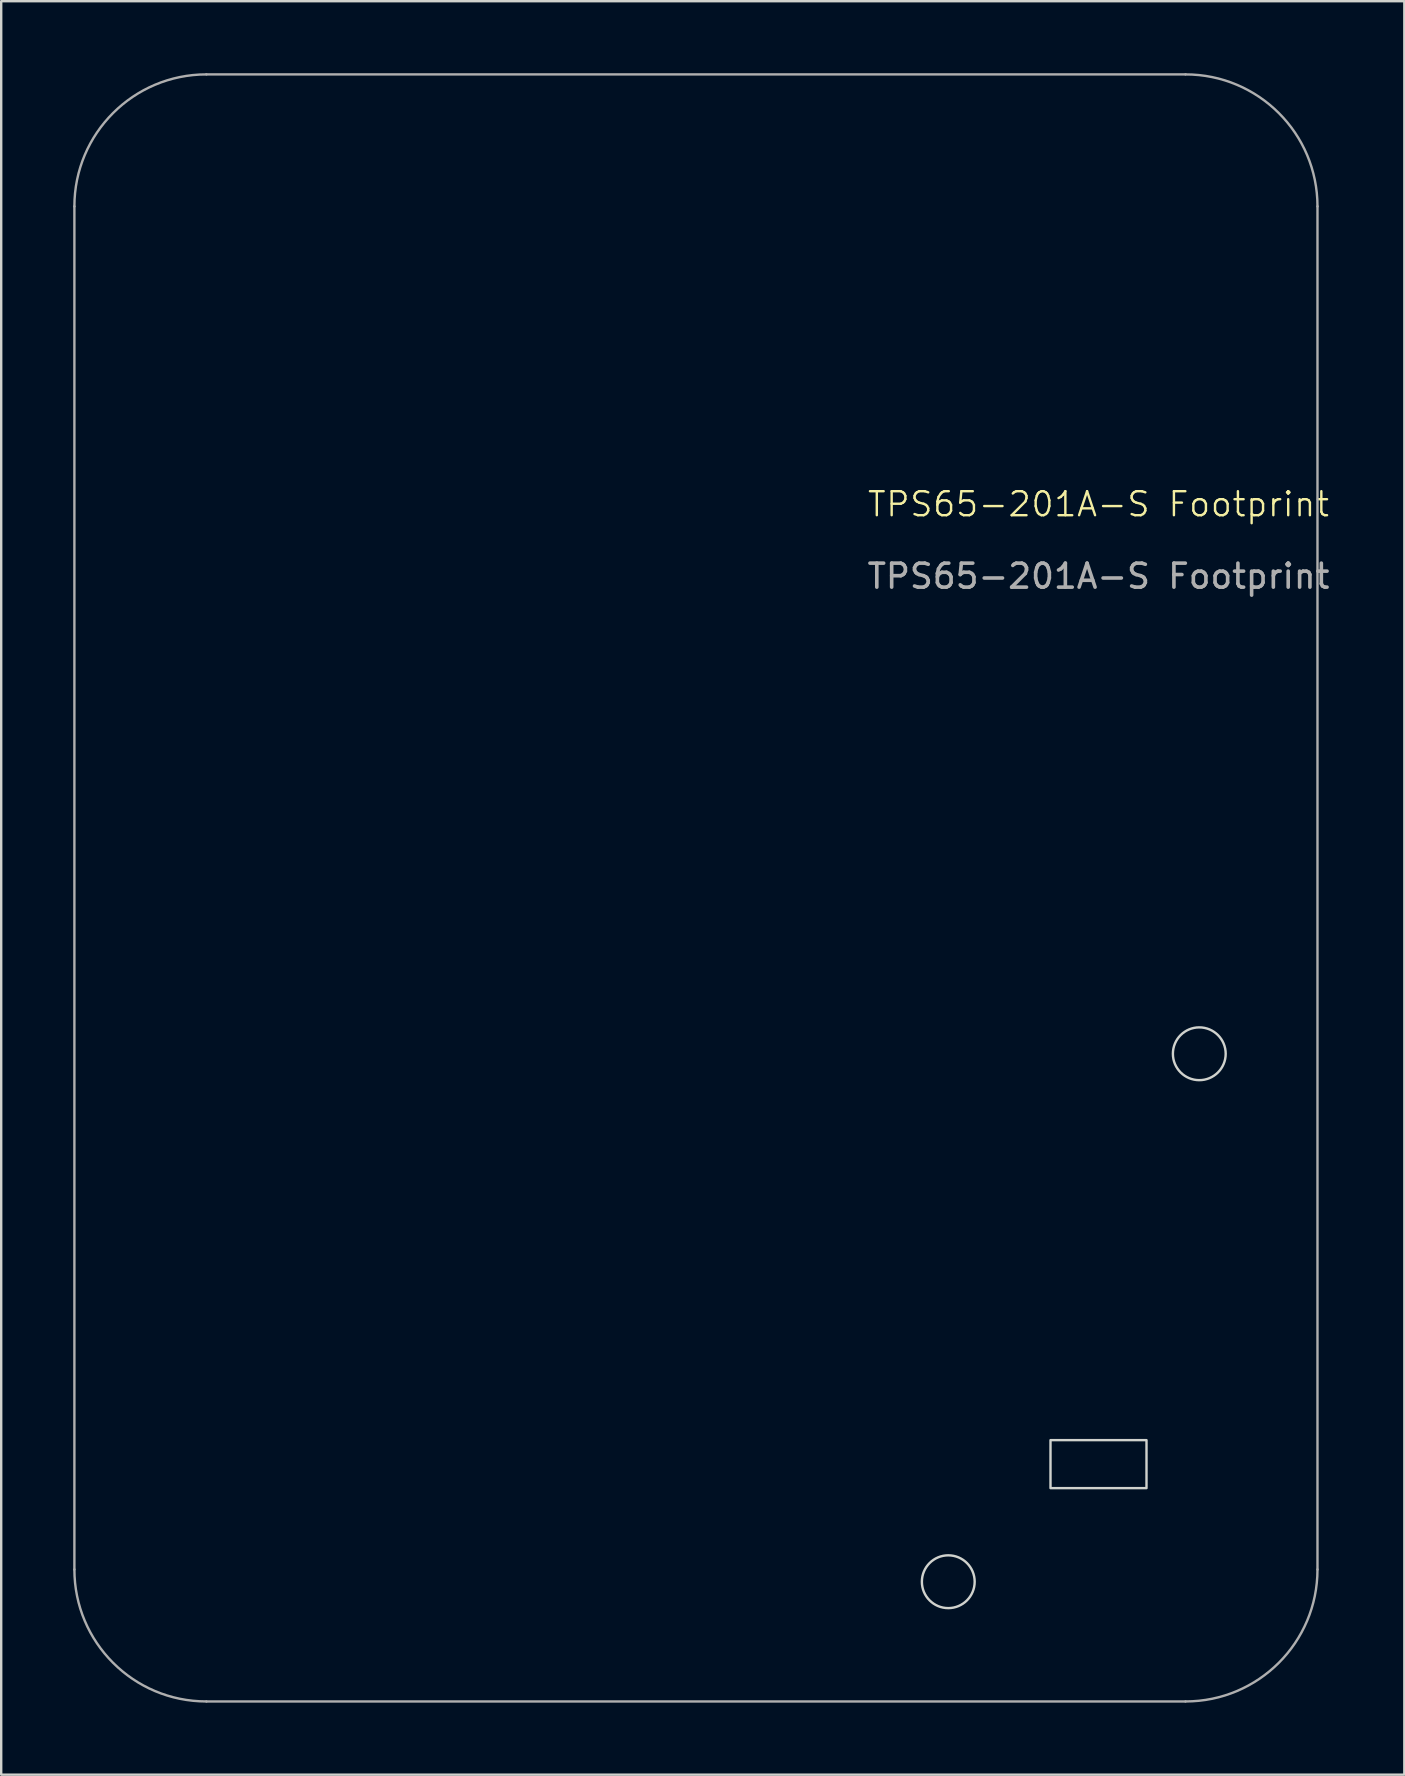
<source format=kicad_pcb>
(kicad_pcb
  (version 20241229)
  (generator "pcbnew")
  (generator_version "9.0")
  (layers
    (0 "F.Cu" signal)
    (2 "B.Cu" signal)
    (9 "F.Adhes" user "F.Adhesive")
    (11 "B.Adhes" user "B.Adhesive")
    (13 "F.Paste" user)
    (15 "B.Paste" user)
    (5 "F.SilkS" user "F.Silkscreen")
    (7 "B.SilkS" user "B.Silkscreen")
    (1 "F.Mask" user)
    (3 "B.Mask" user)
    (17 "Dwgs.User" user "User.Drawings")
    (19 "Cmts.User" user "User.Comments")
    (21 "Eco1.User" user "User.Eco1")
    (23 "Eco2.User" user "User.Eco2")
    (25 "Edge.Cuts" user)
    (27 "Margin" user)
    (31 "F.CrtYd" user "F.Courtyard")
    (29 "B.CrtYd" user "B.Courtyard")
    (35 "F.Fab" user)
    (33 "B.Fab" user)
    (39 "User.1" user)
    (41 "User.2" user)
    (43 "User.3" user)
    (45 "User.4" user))
  (footprint "TPS65-201A-S Footprint"
    (layer "F.Cu")
    (at 42.725 18.461)
    (property "Reference" "TPS65-201A-S Footprint" (at 0 -0.5 0) (unlocked yes) (layer "F.SilkS") (effects (font (size 1 1) (thickness 0.1))))
    (attr smd)
    (fp_rect (start -2 38.5) (end 2 40.5) (stroke (width 0.1) (type solid)) (fill no) (layer "Edge.Cuts"))
    (fp_circle (center -6.26 44.4) (end -5.16 44.4) (stroke (width 0.1) (type solid)) (fill no) (layer "Edge.Cuts"))
    (fp_circle (center 4.2 22.4) (end 5.3 22.4) (stroke (width 0.1) (type solid)) (fill no) (layer "Edge.Cuts"))
    (fp_line (start -42.675 -12.911) (end -42.675 43.889) (stroke (width 0.1) (type default)) (layer "F.Fab"))
    (fp_line (start -37.175 -18.411) (end 3.625 -18.411) (stroke (width 0.1) (type solid)) (layer "F.Fab"))
    (fp_line (start -37.175 49.389) (end 3.625 49.389) (stroke (width 0.1) (type default)) (layer "F.Fab"))
    (fp_line (start 9.125 -12.911) (end 9.125 43.889) (stroke (width 0.1) (type default)) (layer "F.Fab"))
    (fp_arc (start -42.675 -12.91082) (mid -41.064087 -16.799907) (end -37.175 -18.41082) (stroke (width 0.1) (type solid)) (layer "F.Fab"))
    (fp_arc (start -37.175 49.38918) (mid -41.064087 47.778267) (end -42.675 43.88918) (stroke (width 0.1) (type solid)) (layer "F.Fab"))
    (fp_arc (start 3.625 -18.41082) (mid 7.514087 -16.799907) (end 9.125 -12.91082) (stroke (width 0.1) (type solid)) (layer "F.Fab"))
    (fp_arc (start 9.125 43.88918) (mid 7.514087 47.778267) (end 3.625 49.38918) (stroke (width 0.1) (type solid)) (layer "F.Fab"))
    (fp_text user "${REFERENCE}" (at 0 2.5 0) (unlocked yes) (layer "F.Fab") (effects (font (size 1 1) (thickness 0.15)))))
  (gr_rect
    (start -3 -3)
    (end 55.469 70.9)
    (stroke (width 0.1) (type default))
    (fill no)
    (layer "Edge.Cuts")))
</source>
